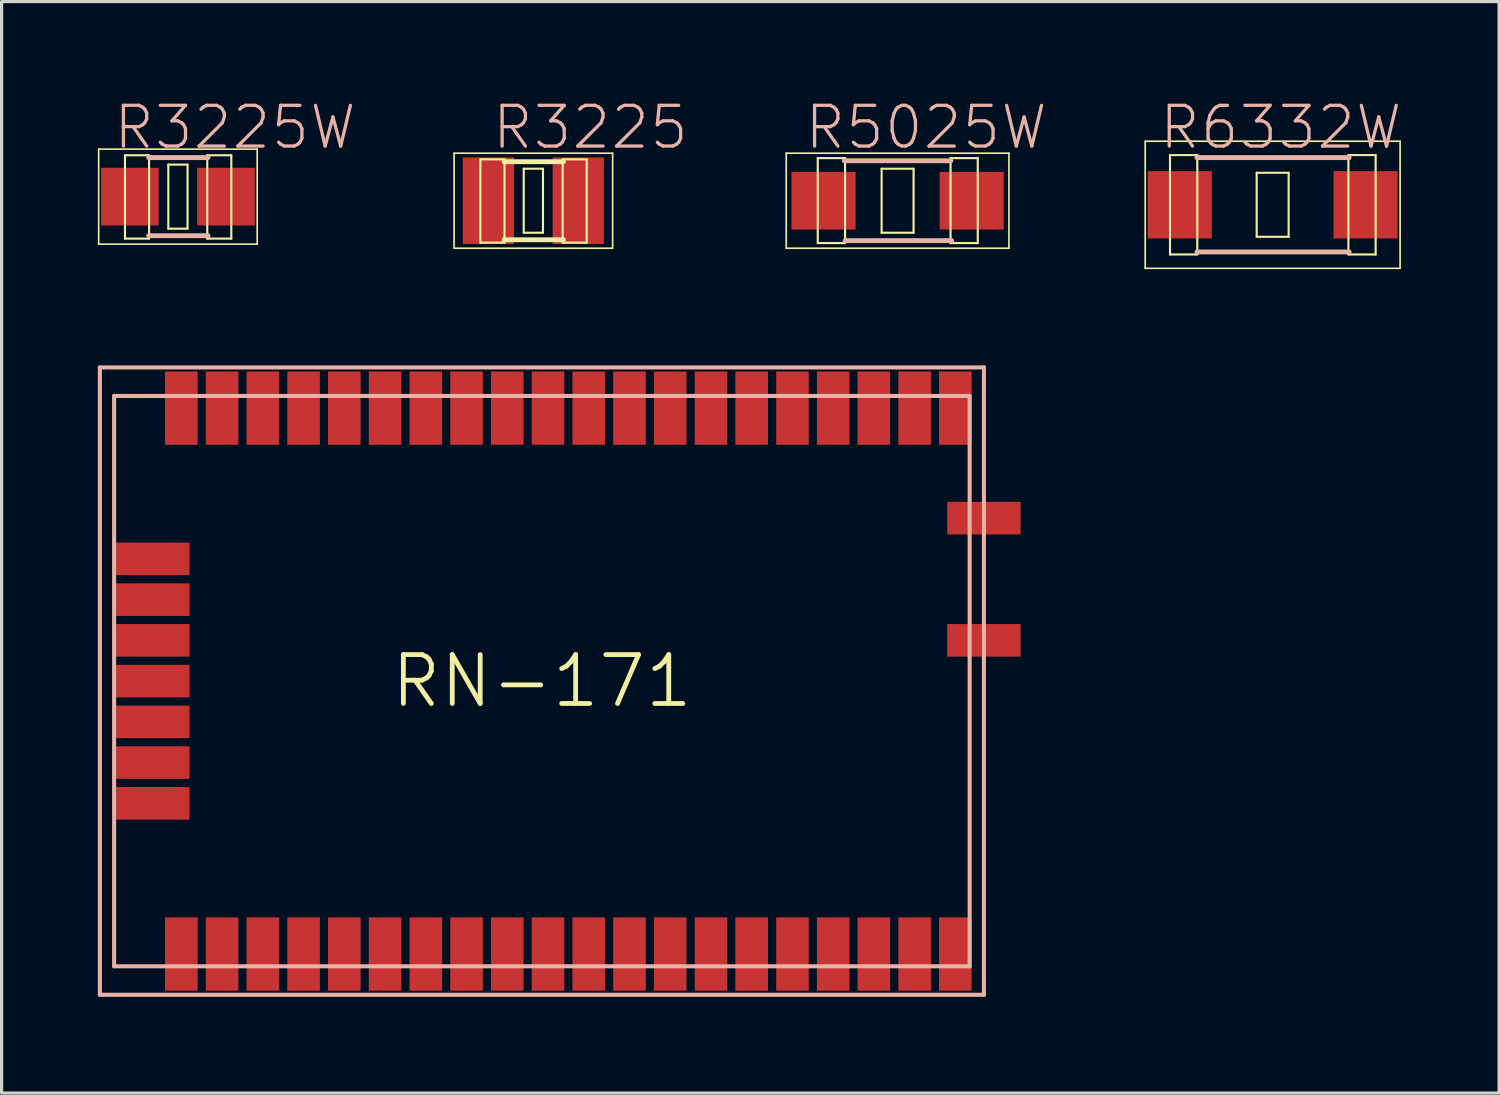
<source format=kicad_pcb>
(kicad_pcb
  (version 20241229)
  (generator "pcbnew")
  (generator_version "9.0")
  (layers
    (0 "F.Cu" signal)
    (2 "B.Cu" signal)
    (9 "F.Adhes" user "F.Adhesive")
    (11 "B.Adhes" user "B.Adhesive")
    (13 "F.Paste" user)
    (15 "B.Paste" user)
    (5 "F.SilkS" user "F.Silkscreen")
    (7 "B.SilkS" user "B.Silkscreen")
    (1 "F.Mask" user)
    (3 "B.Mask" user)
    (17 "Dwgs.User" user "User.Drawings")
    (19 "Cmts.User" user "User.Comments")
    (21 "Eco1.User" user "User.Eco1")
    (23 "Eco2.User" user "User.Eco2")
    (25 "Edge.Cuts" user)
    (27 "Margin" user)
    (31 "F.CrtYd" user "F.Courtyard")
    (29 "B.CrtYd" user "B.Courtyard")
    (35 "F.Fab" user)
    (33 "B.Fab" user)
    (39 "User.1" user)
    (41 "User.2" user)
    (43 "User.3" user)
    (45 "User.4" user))
  (footprint "R5025W"
    (layer "F.Cu")
    (at 24.932 3.207)
    (property "Reference" "R5025W" (at 0.889 -2.286 0) (layer "B.SilkS") (effects (font (size 1.27 1.27) (thickness 0.102))))
    (attr smd)
    (fp_line (start -3.472 -1.481) (end 3.472 -1.481) (stroke (width 0.051) (type solid)) (layer "F.SilkS"))
    (fp_line (start -3.472 1.481) (end -3.472 -1.481) (stroke (width 0.051) (type solid)) (layer "F.SilkS"))
    (fp_line (start -2.489 -1.328) (end -1.638 -1.328) (stroke (width 0.066) (type solid)) (layer "F.SilkS"))
    (fp_line (start -2.489 1.321) (end -2.489 -1.328) (stroke (width 0.066) (type solid)) (layer "F.SilkS"))
    (fp_line (start -2.489 1.321) (end -1.638 1.321) (stroke (width 0.066) (type solid)) (layer "F.SilkS"))
    (fp_line (start -1.638 1.321) (end -1.638 -1.328) (stroke (width 0.066) (type solid)) (layer "F.SilkS"))
    (fp_line (start -0.498 -0.998) (end 0.498 -0.998) (stroke (width 0.066) (type solid)) (layer "F.SilkS"))
    (fp_line (start -0.498 0.998) (end -0.498 -0.998) (stroke (width 0.066) (type solid)) (layer "F.SilkS"))
    (fp_line (start -0.498 0.998) (end 0.498 0.998) (stroke (width 0.066) (type solid)) (layer "F.SilkS"))
    (fp_line (start 0.498 0.998) (end 0.498 -0.998) (stroke (width 0.066) (type solid)) (layer "F.SilkS"))
    (fp_line (start 1.651 -1.328) (end 2.499 -1.328) (stroke (width 0.066) (type solid)) (layer "F.SilkS"))
    (fp_line (start 1.651 1.321) (end 1.651 -1.328) (stroke (width 0.066) (type solid)) (layer "F.SilkS"))
    (fp_line (start 1.651 1.321) (end 2.499 1.321) (stroke (width 0.066) (type solid)) (layer "F.SilkS"))
    (fp_line (start 2.499 1.321) (end 2.499 -1.328) (stroke (width 0.066) (type solid)) (layer "F.SilkS"))
    (fp_line (start 3.472 -1.481) (end 3.472 1.481) (stroke (width 0.051) (type solid)) (layer "F.SilkS"))
    (fp_line (start 3.472 1.481) (end -3.472 1.481) (stroke (width 0.051) (type solid)) (layer "F.SilkS"))
    (fp_line (start -1.661 -1.245) (end 1.661 -1.245) (stroke (width 0.152) (type solid)) (layer "B.SilkS"))
    (fp_line (start -1.636 1.245) (end 1.687 1.245) (stroke (width 0.152) (type solid)) (layer "B.SilkS"))
    (pad "1" smd rect (at -2.309 0) (size 1.999 1.798) (layers "F.Cu" "F.Mask" "F.Paste"))
    (pad "2" smd rect (at 2.309 0) (size 1.999 1.798) (layers "F.Cu" "F.Mask" "F.Paste")))
  (footprint "R6332W"
    (layer "F.Cu")
    (at 36.624 3.334)
    (property "Reference" "R6332W" (at 0.254 -2.413 0) (layer "B.SilkS") (effects (font (size 1.27 1.27) (thickness 0.102))))
    (attr smd)
    (fp_line (start -3.973 -1.981) (end 3.973 -1.981) (stroke (width 0.051) (type solid)) (layer "F.SilkS"))
    (fp_line (start -3.973 1.981) (end -3.973 -1.981) (stroke (width 0.051) (type solid)) (layer "F.SilkS"))
    (fp_line (start -3.2 -1.549) (end -2.349 -1.549) (stroke (width 0.066) (type solid)) (layer "F.SilkS"))
    (fp_line (start -3.2 1.549) (end -3.2 -1.549) (stroke (width 0.066) (type solid)) (layer "F.SilkS"))
    (fp_line (start -3.2 1.549) (end -2.349 1.549) (stroke (width 0.066) (type solid)) (layer "F.SilkS"))
    (fp_line (start -2.349 1.549) (end -2.349 -1.549) (stroke (width 0.066) (type solid)) (layer "F.SilkS"))
    (fp_line (start -0.498 -0.998) (end 0.498 -0.998) (stroke (width 0.066) (type solid)) (layer "F.SilkS"))
    (fp_line (start -0.498 0.998) (end -0.498 -0.998) (stroke (width 0.066) (type solid)) (layer "F.SilkS"))
    (fp_line (start -0.498 0.998) (end 0.498 0.998) (stroke (width 0.066) (type solid)) (layer "F.SilkS"))
    (fp_line (start 0.498 0.998) (end 0.498 -0.998) (stroke (width 0.066) (type solid)) (layer "F.SilkS"))
    (fp_line (start 2.362 -1.549) (end 3.211 -1.549) (stroke (width 0.066) (type solid)) (layer "F.SilkS"))
    (fp_line (start 2.362 1.549) (end 2.362 -1.549) (stroke (width 0.066) (type solid)) (layer "F.SilkS"))
    (fp_line (start 2.362 1.549) (end 3.211 1.549) (stroke (width 0.066) (type solid)) (layer "F.SilkS"))
    (fp_line (start 3.211 1.549) (end 3.211 -1.549) (stroke (width 0.066) (type solid)) (layer "F.SilkS"))
    (fp_line (start 3.973 -1.981) (end 3.973 1.981) (stroke (width 0.051) (type solid)) (layer "F.SilkS"))
    (fp_line (start 3.973 1.981) (end -3.973 1.981) (stroke (width 0.051) (type solid)) (layer "F.SilkS"))
    (fp_line (start -2.36 -1.471) (end 2.385 -1.471) (stroke (width 0.152) (type solid)) (layer "B.SilkS"))
    (fp_line (start -2.36 1.471) (end 2.385 1.471) (stroke (width 0.152) (type solid)) (layer "B.SilkS"))
    (pad "1" smd rect (at -2.896 0) (size 1.999 2.098) (layers "F.Cu" "F.Mask" "F.Paste"))
    (pad "2" smd rect (at 2.896 0) (size 1.999 2.098) (layers "F.Cu" "F.Mask" "F.Paste")))
  (footprint "R3225W"
    (layer "F.Cu")
    (at 2.497 3.08)
    (property "Reference" "R3225W" (at 1.778 -2.159 0) (layer "B.SilkS") (effects (font (size 1.27 1.27) (thickness 0.102))))
    (attr smd)
    (fp_line (start -2.471 -1.481) (end 2.471 -1.481) (stroke (width 0.051) (type solid)) (layer "F.SilkS"))
    (fp_line (start -2.471 1.481) (end -2.471 -1.481) (stroke (width 0.051) (type solid)) (layer "F.SilkS"))
    (fp_line (start -1.651 -1.29) (end -0.899 -1.29) (stroke (width 0.066) (type solid)) (layer "F.SilkS"))
    (fp_line (start -1.651 1.308) (end -1.651 -1.29) (stroke (width 0.066) (type solid)) (layer "F.SilkS"))
    (fp_line (start -1.651 1.308) (end -0.899 1.308) (stroke (width 0.066) (type solid)) (layer "F.SilkS"))
    (fp_line (start -0.899 1.308) (end -0.899 -1.29) (stroke (width 0.066) (type solid)) (layer "F.SilkS"))
    (fp_line (start -0.3 -0.998) (end 0.3 -0.998) (stroke (width 0.066) (type solid)) (layer "F.SilkS"))
    (fp_line (start -0.3 0.998) (end -0.3 -0.998) (stroke (width 0.066) (type solid)) (layer "F.SilkS"))
    (fp_line (start -0.3 0.998) (end 0.3 0.998) (stroke (width 0.066) (type solid)) (layer "F.SilkS"))
    (fp_line (start 0.3 0.998) (end 0.3 -0.998) (stroke (width 0.066) (type solid)) (layer "F.SilkS"))
    (fp_line (start 0.914 -1.29) (end 1.664 -1.29) (stroke (width 0.066) (type solid)) (layer "F.SilkS"))
    (fp_line (start 0.914 1.308) (end 0.914 -1.29) (stroke (width 0.066) (type solid)) (layer "F.SilkS"))
    (fp_line (start 0.914 1.308) (end 1.664 1.308) (stroke (width 0.066) (type solid)) (layer "F.SilkS"))
    (fp_line (start 1.664 1.308) (end 1.664 -1.29) (stroke (width 0.066) (type solid)) (layer "F.SilkS"))
    (fp_line (start 2.471 -1.481) (end 2.471 1.481) (stroke (width 0.051) (type solid)) (layer "F.SilkS"))
    (fp_line (start 2.471 1.481) (end -2.471 1.481) (stroke (width 0.051) (type solid)) (layer "F.SilkS"))
    (fp_line (start -0.912 -1.217) (end 0.937 -1.217) (stroke (width 0.152) (type solid)) (layer "B.SilkS"))
    (fp_line (start -0.912 1.217) (end 0.937 1.217) (stroke (width 0.152) (type solid)) (layer "B.SilkS"))
    (pad "1" smd rect (at -1.499 0) (size 1.798 1.798) (layers "F.Cu" "F.Mask" "F.Paste"))
    (pad "2" smd rect (at 1.499 0) (size 1.798 1.798) (layers "F.Cu" "F.Mask" "F.Paste")))
  (footprint "RN-171"
    (layer "F.Cu")
    (at 13.843 18.183)
    (property "Reference" "RN-171" (at 0 0 0) (layer "F.SilkS") (effects (font (size 1.524 1.524) (thickness 0.15))))
    (attr smd)
    (fp_line (start -13.78 -9.779) (end 13.78 -9.779) (stroke (width 0.127) (type solid)) (layer "B.SilkS"))
    (fp_line (start -13.78 9.779) (end -13.78 -9.779) (stroke (width 0.127) (type solid)) (layer "B.SilkS"))
    (fp_line (start -13.335 -8.89) (end 13.335 -8.89) (stroke (width 0.127) (type solid)) (layer "B.SilkS"))
    (fp_line (start -13.335 8.89) (end -13.335 -8.89) (stroke (width 0.127) (type solid)) (layer "B.SilkS"))
    (fp_line (start 13.335 -8.89) (end 13.335 8.89) (stroke (width 0.127) (type solid)) (layer "B.SilkS"))
    (fp_line (start 13.335 8.89) (end -13.335 8.89) (stroke (width 0.127) (type solid)) (layer "B.SilkS"))
    (fp_line (start 13.78 -9.779) (end 13.78 9.779) (stroke (width 0.127) (type solid)) (layer "B.SilkS"))
    (fp_line (start 13.78 9.779) (end -13.78 9.779) (stroke (width 0.127) (type solid)) (layer "B.SilkS"))
    (pad "1" smd rect (at 12.888 -8.509) (size 1.016 2.286) (layers "F.Cu" "F.Mask" "F.Paste"))
    (pad "2" smd rect (at 11.62 -8.509) (size 1.016 2.286) (layers "F.Cu" "F.Mask" "F.Paste"))
    (pad "3" smd rect (at 10.348 -8.509) (size 1.016 2.286) (layers "F.Cu" "F.Mask" "F.Paste"))
    (pad "4" smd rect (at 9.081 -8.509) (size 1.016 2.286) (layers "F.Cu" "F.Mask" "F.Paste"))
    (pad "5" smd rect (at 7.811 -8.509) (size 1.016 2.286) (layers "F.Cu" "F.Mask" "F.Paste"))
    (pad "6" smd rect (at 6.54 -8.509) (size 1.016 2.286) (layers "F.Cu" "F.Mask" "F.Paste"))
    (pad "7" smd rect (at 5.271 -8.509) (size 1.016 2.286) (layers "F.Cu" "F.Mask" "F.Paste"))
    (pad "8" smd rect (at 4 -8.509) (size 1.016 2.286) (layers "F.Cu" "F.Mask" "F.Paste"))
    (pad "9" smd rect (at 2.731 -8.509) (size 1.016 2.286) (layers "F.Cu" "F.Mask" "F.Paste"))
    (pad "10" smd rect (at 1.46 -8.509) (size 1.016 2.286) (layers "F.Cu" "F.Mask" "F.Paste"))
    (pad "11" smd rect (at 0.191 -8.509) (size 1.016 2.286) (layers "F.Cu" "F.Mask" "F.Paste"))
    (pad "12" smd rect (at -1.079 -8.509) (size 1.016 2.286) (layers "F.Cu" "F.Mask" "F.Paste"))
    (pad "13" smd rect (at -2.349 -8.509) (size 1.016 2.286) (layers "F.Cu" "F.Mask" "F.Paste"))
    (pad "14" smd rect (at -3.617 -8.509) (size 1.016 2.286) (layers "F.Cu" "F.Mask" "F.Paste"))
    (pad "15" smd rect (at -4.889 -8.509) (size 1.016 2.286) (layers "F.Cu" "F.Mask" "F.Paste"))
    (pad "16" smd rect (at -6.16 -8.509) (size 1.016 2.286) (layers "F.Cu" "F.Mask" "F.Paste"))
    (pad "17" smd rect (at -7.429 -8.509) (size 1.016 2.286) (layers "F.Cu" "F.Mask" "F.Paste"))
    (pad "18" smd rect (at -8.7 -8.509) (size 1.016 2.286) (layers "F.Cu" "F.Mask" "F.Paste"))
    (pad "19" smd rect (at -9.97 -8.509) (size 1.016 2.286) (layers "F.Cu" "F.Mask" "F.Paste"))
    (pad "20" smd rect (at -11.239 -8.509) (size 1.016 2.286) (layers "F.Cu" "F.Mask" "F.Paste"))
    (pad "21" smd rect (at -12.129 -3.81 90) (size 1.016 2.286) (layers "F.Cu" "F.Mask" "F.Paste"))
    (pad "22" smd rect (at -12.129 -2.54 90) (size 1.016 2.286) (layers "F.Cu" "F.Mask" "F.Paste"))
    (pad "23" smd rect (at -12.129 -1.27 90) (size 1.016 2.286) (layers "F.Cu" "F.Mask" "F.Paste"))
    (pad "24" smd rect (at -12.129 0 90) (size 1.016 2.286) (layers "F.Cu" "F.Mask" "F.Paste"))
    (pad "25" smd rect (at -12.129 1.27 90) (size 1.016 2.286) (layers "F.Cu" "F.Mask" "F.Paste"))
    (pad "26" smd rect (at -12.129 2.54 90) (size 1.016 2.286) (layers "F.Cu" "F.Mask" "F.Paste"))
    (pad "27" smd rect (at -12.129 3.81 90) (size 1.016 2.286) (layers "F.Cu" "F.Mask" "F.Paste"))
    (pad "28" smd rect (at -11.239 8.509 180) (size 1.016 2.286) (layers "F.Cu" "F.Mask" "F.Paste"))
    (pad "29" smd rect (at -9.97 8.509 180) (size 1.016 2.286) (layers "F.Cu" "F.Mask" "F.Paste"))
    (pad "30" smd rect (at -8.7 8.509 180) (size 1.016 2.286) (layers "F.Cu" "F.Mask" "F.Paste"))
    (pad "31" smd rect (at -7.429 8.509 180) (size 1.016 2.286) (layers "F.Cu" "F.Mask" "F.Paste"))
    (pad "32" smd rect (at -6.16 8.509 180) (size 1.016 2.286) (layers "F.Cu" "F.Mask" "F.Paste"))
    (pad "33" smd rect (at -4.889 8.509 180) (size 1.016 2.286) (layers "F.Cu" "F.Mask" "F.Paste"))
    (pad "34" smd rect (at -3.617 8.509 180) (size 1.016 2.286) (layers "F.Cu" "F.Mask" "F.Paste"))
    (pad "35" smd rect (at -2.349 8.509 180) (size 1.016 2.286) (layers "F.Cu" "F.Mask" "F.Paste"))
    (pad "36" smd rect (at -1.079 8.509 180) (size 1.016 2.286) (layers "F.Cu" "F.Mask" "F.Paste"))
    (pad "37" smd rect (at 0.191 8.509 180) (size 1.016 2.286) (layers "F.Cu" "F.Mask" "F.Paste"))
    (pad "38" smd rect (at 1.46 8.509 180) (size 1.016 2.286) (layers "F.Cu" "F.Mask" "F.Paste"))
    (pad "39" smd rect (at 2.731 8.509 180) (size 1.016 2.286) (layers "F.Cu" "F.Mask" "F.Paste"))
    (pad "40" smd rect (at 4 8.509 180) (size 1.016 2.286) (layers "F.Cu" "F.Mask" "F.Paste"))
    (pad "41" smd rect (at 5.271 8.509 180) (size 1.016 2.286) (layers "F.Cu" "F.Mask" "F.Paste"))
    (pad "42" smd rect (at 6.54 8.509 180) (size 1.016 2.286) (layers "F.Cu" "F.Mask" "F.Paste"))
    (pad "43" smd rect (at 7.811 8.509 180) (size 1.016 2.286) (layers "F.Cu" "F.Mask" "F.Paste"))
    (pad "44" smd rect (at 9.081 8.509 180) (size 1.016 2.286) (layers "F.Cu" "F.Mask" "F.Paste"))
    (pad "45" smd rect (at 10.348 8.509 180) (size 1.016 2.286) (layers "F.Cu" "F.Mask" "F.Paste"))
    (pad "46" smd rect (at 11.62 8.509 180) (size 1.016 2.286) (layers "F.Cu" "F.Mask" "F.Paste"))
    (pad "47" smd rect (at 12.888 8.509 180) (size 1.016 2.286) (layers "F.Cu" "F.Mask" "F.Paste"))
    (pad "48" smd rect (at 13.78 -5.08 270) (size 1.016 2.286) (layers "F.Cu" "F.Mask" "F.Paste"))
    (pad "49" smd rect (at 13.78 -1.27 270) (size 1.016 2.286) (layers "F.Cu" "F.Mask" "F.Paste")))
  (footprint "R3225"
    (layer "F.Cu")
    (at 13.577 3.207)
    (property "Reference" "R3225" (at 1.778 -2.286 0) (layer "B.SilkS") (effects (font (size 1.27 1.27) (thickness 0.102))))
    (attr smd)
    (fp_line (start -2.471 -1.481) (end 2.471 -1.481) (stroke (width 0.051) (type solid)) (layer "F.SilkS"))
    (fp_line (start -2.471 1.481) (end -2.471 -1.481) (stroke (width 0.051) (type solid)) (layer "F.SilkS"))
    (fp_line (start -1.651 -1.29) (end -0.899 -1.29) (stroke (width 0.066) (type solid)) (layer "F.SilkS"))
    (fp_line (start -1.651 1.308) (end -1.651 -1.29) (stroke (width 0.066) (type solid)) (layer "F.SilkS"))
    (fp_line (start -1.651 1.308) (end -0.899 1.308) (stroke (width 0.066) (type solid)) (layer "F.SilkS"))
    (fp_line (start -0.912 -1.217) (end 0.937 -1.217) (stroke (width 0.152) (type solid)) (layer "F.SilkS"))
    (fp_line (start -0.912 1.217) (end 0.937 1.217) (stroke (width 0.152) (type solid)) (layer "F.SilkS"))
    (fp_line (start -0.899 1.308) (end -0.899 -1.29) (stroke (width 0.066) (type solid)) (layer "F.SilkS"))
    (fp_line (start -0.3 -0.998) (end 0.3 -0.998) (stroke (width 0.066) (type solid)) (layer "F.SilkS"))
    (fp_line (start -0.3 0.998) (end -0.3 -0.998) (stroke (width 0.066) (type solid)) (layer "F.SilkS"))
    (fp_line (start -0.3 0.998) (end 0.3 0.998) (stroke (width 0.066) (type solid)) (layer "F.SilkS"))
    (fp_line (start 0.3 0.998) (end 0.3 -0.998) (stroke (width 0.066) (type solid)) (layer "F.SilkS"))
    (fp_line (start 0.914 -1.29) (end 1.664 -1.29) (stroke (width 0.066) (type solid)) (layer "F.SilkS"))
    (fp_line (start 0.914 1.308) (end 0.914 -1.29) (stroke (width 0.066) (type solid)) (layer "F.SilkS"))
    (fp_line (start 0.914 1.308) (end 1.664 1.308) (stroke (width 0.066) (type solid)) (layer "F.SilkS"))
    (fp_line (start 1.664 1.308) (end 1.664 -1.29) (stroke (width 0.066) (type solid)) (layer "F.SilkS"))
    (fp_line (start 2.471 -1.481) (end 2.471 1.481) (stroke (width 0.051) (type solid)) (layer "F.SilkS"))
    (fp_line (start 2.471 1.481) (end -2.471 1.481) (stroke (width 0.051) (type solid)) (layer "F.SilkS"))
    (pad "1" smd rect (at -1.4 0) (size 1.598 2.697) (layers "F.Cu" "F.Mask" "F.Paste"))
    (pad "2" smd rect (at 1.4 0) (size 1.598 2.697) (layers "F.Cu" "F.Mask" "F.Paste")))
  (gr_rect
    (start -3 -3)
    (end 43.683 31.026)
    (stroke (width 0.1) (type default))
    (fill no)
    (layer "Edge.Cuts")))
</source>
